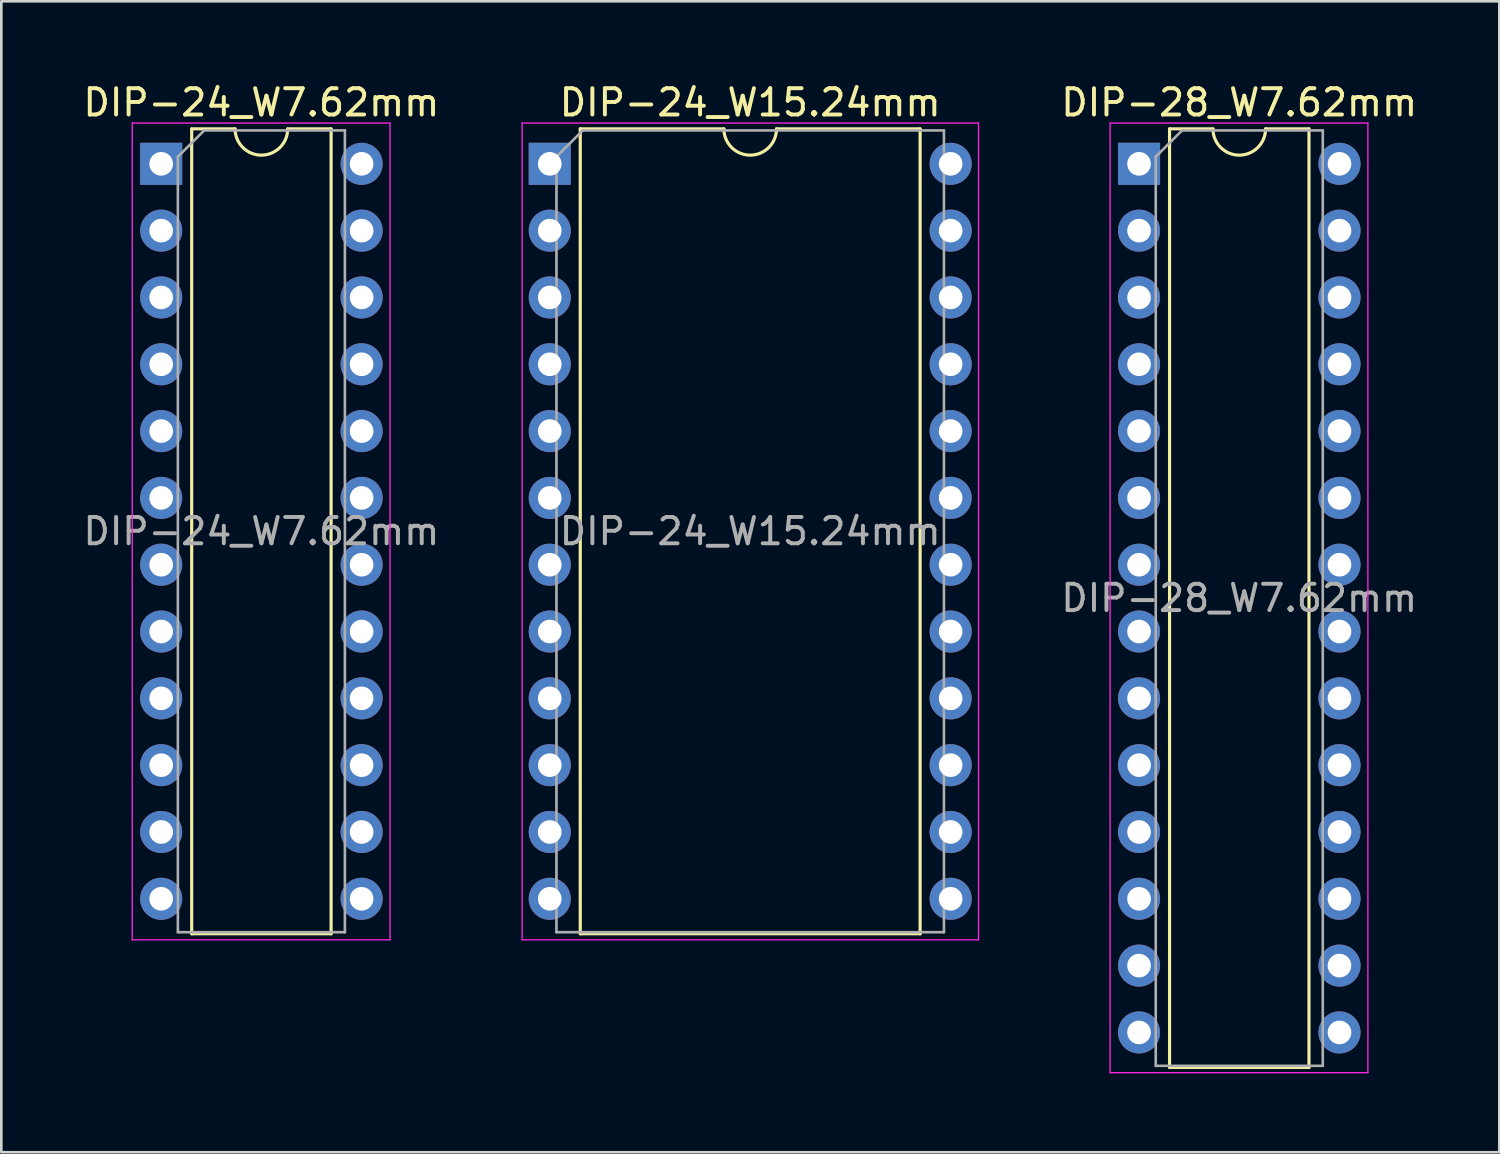
<source format=kicad_pcb>
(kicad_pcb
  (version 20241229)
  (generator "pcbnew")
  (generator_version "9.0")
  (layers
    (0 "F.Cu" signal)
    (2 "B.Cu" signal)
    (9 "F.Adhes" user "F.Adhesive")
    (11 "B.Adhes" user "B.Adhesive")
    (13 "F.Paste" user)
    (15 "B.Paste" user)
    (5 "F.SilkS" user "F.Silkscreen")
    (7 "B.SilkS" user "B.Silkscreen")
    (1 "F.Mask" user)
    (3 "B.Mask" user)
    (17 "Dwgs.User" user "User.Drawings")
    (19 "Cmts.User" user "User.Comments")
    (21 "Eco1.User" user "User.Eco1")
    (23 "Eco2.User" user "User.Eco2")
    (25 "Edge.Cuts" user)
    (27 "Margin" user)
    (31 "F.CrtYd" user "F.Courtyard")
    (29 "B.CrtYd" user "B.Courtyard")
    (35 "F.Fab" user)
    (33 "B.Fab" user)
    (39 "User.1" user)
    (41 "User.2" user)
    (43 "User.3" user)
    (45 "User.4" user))
  (footprint "DIP-28_W7.62mm"
    (layer "F.Cu")
    (at 40.251 3.178)
    (property "Reference" "DIP-28_W7.62mm" (at 3.81 -2.33 0) (layer "F.SilkS") (effects (font (size 1 1) (thickness 0.15))))
    (attr through_hole)
    (fp_line (start 1.16 -1.33) (end 1.16 34.35) (stroke (width 0.12) (type solid)) (layer "F.SilkS"))
    (fp_line (start 1.16 34.35) (end 6.46 34.35) (stroke (width 0.12) (type solid)) (layer "F.SilkS"))
    (fp_line (start 2.81 -1.33) (end 1.16 -1.33) (stroke (width 0.12) (type solid)) (layer "F.SilkS"))
    (fp_line (start 6.46 -1.33) (end 4.81 -1.33) (stroke (width 0.12) (type solid)) (layer "F.SilkS"))
    (fp_line (start 6.46 34.35) (end 6.46 -1.33) (stroke (width 0.12) (type solid)) (layer "F.SilkS"))
    (fp_arc (start 4.81 -1.33) (mid 3.81 -0.33) (end 2.81 -1.33) (stroke (width 0.12) (type solid)) (layer "F.SilkS"))
    (fp_line (start -1.1 -1.55) (end -1.1 34.55) (stroke (width 0.05) (type solid)) (layer "F.CrtYd"))
    (fp_line (start -1.1 34.55) (end 8.7 34.55) (stroke (width 0.05) (type solid)) (layer "F.CrtYd"))
    (fp_line (start 8.7 -1.55) (end -1.1 -1.55) (stroke (width 0.05) (type solid)) (layer "F.CrtYd"))
    (fp_line (start 8.7 34.55) (end 8.7 -1.55) (stroke (width 0.05) (type solid)) (layer "F.CrtYd"))
    (fp_line (start 0.635 -0.27) (end 1.635 -1.27) (stroke (width 0.1) (type solid)) (layer "F.Fab"))
    (fp_line (start 0.635 34.29) (end 0.635 -0.27) (stroke (width 0.1) (type solid)) (layer "F.Fab"))
    (fp_line (start 1.635 -1.27) (end 6.985 -1.27) (stroke (width 0.1) (type solid)) (layer "F.Fab"))
    (fp_line (start 6.985 -1.27) (end 6.985 34.29) (stroke (width 0.1) (type solid)) (layer "F.Fab"))
    (fp_line (start 6.985 34.29) (end 0.635 34.29) (stroke (width 0.1) (type solid)) (layer "F.Fab"))
    (fp_text user "${REFERENCE}" (at 3.81 16.51 0) (layer "F.Fab") (effects (font (size 1 1) (thickness 0.15))))
    (pad "1" thru_hole rect (at 0 0) (size 1.6 1.6) (drill 0.9) (layers "*.Cu" "*.Mask"))
    (pad "2" thru_hole oval (at 0 2.54) (size 1.6 1.6) (drill 0.9) (layers "*.Cu" "*.Mask"))
    (pad "3" thru_hole oval (at 0 5.08) (size 1.6 1.6) (drill 0.9) (layers "*.Cu" "*.Mask"))
    (pad "4" thru_hole oval (at 0 7.62) (size 1.6 1.6) (drill 0.9) (layers "*.Cu" "*.Mask"))
    (pad "5" thru_hole oval (at 0 10.16) (size 1.6 1.6) (drill 0.9) (layers "*.Cu" "*.Mask"))
    (pad "6" thru_hole oval (at 0 12.7) (size 1.6 1.6) (drill 0.9) (layers "*.Cu" "*.Mask"))
    (pad "7" thru_hole oval (at 0 15.24) (size 1.6 1.6) (drill 0.9) (layers "*.Cu" "*.Mask"))
    (pad "8" thru_hole oval (at 0 17.78) (size 1.6 1.6) (drill 0.9) (layers "*.Cu" "*.Mask"))
    (pad "9" thru_hole oval (at 0 20.32) (size 1.6 1.6) (drill 0.9) (layers "*.Cu" "*.Mask"))
    (pad "10" thru_hole oval (at 0 22.86) (size 1.6 1.6) (drill 0.9) (layers "*.Cu" "*.Mask"))
    (pad "11" thru_hole oval (at 0 25.4) (size 1.6 1.6) (drill 0.9) (layers "*.Cu" "*.Mask"))
    (pad "12" thru_hole oval (at 0 27.94) (size 1.6 1.6) (drill 0.9) (layers "*.Cu" "*.Mask"))
    (pad "13" thru_hole oval (at 0 30.48) (size 1.6 1.6) (drill 0.9) (layers "*.Cu" "*.Mask"))
    (pad "14" thru_hole oval (at 0 33.02) (size 1.6 1.6) (drill 0.9) (layers "*.Cu" "*.Mask"))
    (pad "15" thru_hole oval (at 7.62 33.02) (size 1.6 1.6) (drill 0.9) (layers "*.Cu" "*.Mask"))
    (pad "16" thru_hole oval (at 7.62 30.48) (size 1.6 1.6) (drill 0.9) (layers "*.Cu" "*.Mask"))
    (pad "17" thru_hole oval (at 7.62 27.94) (size 1.6 1.6) (drill 0.9) (layers "*.Cu" "*.Mask"))
    (pad "18" thru_hole oval (at 7.62 25.4) (size 1.6 1.6) (drill 0.9) (layers "*.Cu" "*.Mask"))
    (pad "19" thru_hole oval (at 7.62 22.86) (size 1.6 1.6) (drill 0.9) (layers "*.Cu" "*.Mask"))
    (pad "20" thru_hole oval (at 7.62 20.32) (size 1.6 1.6) (drill 0.9) (layers "*.Cu" "*.Mask"))
    (pad "21" thru_hole oval (at 7.62 17.78) (size 1.6 1.6) (drill 0.9) (layers "*.Cu" "*.Mask"))
    (pad "22" thru_hole oval (at 7.62 15.24) (size 1.6 1.6) (drill 0.9) (layers "*.Cu" "*.Mask"))
    (pad "23" thru_hole oval (at 7.62 12.7) (size 1.6 1.6) (drill 0.9) (layers "*.Cu" "*.Mask"))
    (pad "24" thru_hole oval (at 7.62 10.16) (size 1.6 1.6) (drill 0.9) (layers "*.Cu" "*.Mask"))
    (pad "25" thru_hole oval (at 7.62 7.62) (size 1.6 1.6) (drill 0.9) (layers "*.Cu" "*.Mask"))
    (pad "26" thru_hole oval (at 7.62 5.08) (size 1.6 1.6) (drill 0.9) (layers "*.Cu" "*.Mask"))
    (pad "27" thru_hole oval (at 7.62 2.54) (size 1.6 1.6) (drill 0.9) (layers "*.Cu" "*.Mask"))
    (pad "28" thru_hole oval (at 7.62 0) (size 1.6 1.6) (drill 0.9) (layers "*.Cu" "*.Mask")))
  (footprint "DIP-24_W15.24mm"
    (layer "F.Cu")
    (at 17.849 3.178)
    (property "Reference" "DIP-24_W15.24mm" (at 7.62 -2.33 0) (layer "F.SilkS") (effects (font (size 1 1) (thickness 0.15))))
    (attr through_hole)
    (fp_line (start 1.16 -1.33) (end 1.16 29.27) (stroke (width 0.12) (type solid)) (layer "F.SilkS"))
    (fp_line (start 1.16 29.27) (end 14.08 29.27) (stroke (width 0.12) (type solid)) (layer "F.SilkS"))
    (fp_line (start 6.62 -1.33) (end 1.16 -1.33) (stroke (width 0.12) (type solid)) (layer "F.SilkS"))
    (fp_line (start 14.08 -1.33) (end 8.62 -1.33) (stroke (width 0.12) (type solid)) (layer "F.SilkS"))
    (fp_line (start 14.08 29.27) (end 14.08 -1.33) (stroke (width 0.12) (type solid)) (layer "F.SilkS"))
    (fp_arc (start 8.62 -1.33) (mid 7.62 -0.33) (end 6.62 -1.33) (stroke (width 0.12) (type solid)) (layer "F.SilkS"))
    (fp_line (start -1.05 -1.55) (end -1.05 29.5) (stroke (width 0.05) (type solid)) (layer "F.CrtYd"))
    (fp_line (start -1.05 29.5) (end 16.3 29.5) (stroke (width 0.05) (type solid)) (layer "F.CrtYd"))
    (fp_line (start 16.3 -1.55) (end -1.05 -1.55) (stroke (width 0.05) (type solid)) (layer "F.CrtYd"))
    (fp_line (start 16.3 29.5) (end 16.3 -1.55) (stroke (width 0.05) (type solid)) (layer "F.CrtYd"))
    (fp_line (start 0.255 -0.27) (end 1.255 -1.27) (stroke (width 0.1) (type solid)) (layer "F.Fab"))
    (fp_line (start 0.255 29.21) (end 0.255 -0.27) (stroke (width 0.1) (type solid)) (layer "F.Fab"))
    (fp_line (start 1.255 -1.27) (end 14.985 -1.27) (stroke (width 0.1) (type solid)) (layer "F.Fab"))
    (fp_line (start 14.985 -1.27) (end 14.985 29.21) (stroke (width 0.1) (type solid)) (layer "F.Fab"))
    (fp_line (start 14.985 29.21) (end 0.255 29.21) (stroke (width 0.1) (type solid)) (layer "F.Fab"))
    (fp_text user "${REFERENCE}" (at 7.62 13.97 0) (layer "F.Fab") (effects (font (size 1 1) (thickness 0.15))))
    (pad "1" thru_hole rect (at 0 0) (size 1.6 1.6) (drill 0.9) (layers "*.Cu" "*.Mask"))
    (pad "2" thru_hole oval (at 0 2.54) (size 1.6 1.6) (drill 0.9) (layers "*.Cu" "*.Mask"))
    (pad "3" thru_hole oval (at 0 5.08) (size 1.6 1.6) (drill 0.9) (layers "*.Cu" "*.Mask"))
    (pad "4" thru_hole oval (at 0 7.62) (size 1.6 1.6) (drill 0.9) (layers "*.Cu" "*.Mask"))
    (pad "5" thru_hole oval (at 0 10.16) (size 1.6 1.6) (drill 0.9) (layers "*.Cu" "*.Mask"))
    (pad "6" thru_hole oval (at 0 12.7) (size 1.6 1.6) (drill 0.9) (layers "*.Cu" "*.Mask"))
    (pad "7" thru_hole oval (at 0 15.24) (size 1.6 1.6) (drill 0.9) (layers "*.Cu" "*.Mask"))
    (pad "8" thru_hole oval (at 0 17.78) (size 1.6 1.6) (drill 0.9) (layers "*.Cu" "*.Mask"))
    (pad "9" thru_hole oval (at 0 20.32) (size 1.6 1.6) (drill 0.9) (layers "*.Cu" "*.Mask"))
    (pad "10" thru_hole oval (at 0 22.86) (size 1.6 1.6) (drill 0.9) (layers "*.Cu" "*.Mask"))
    (pad "11" thru_hole oval (at 0 25.4) (size 1.6 1.6) (drill 0.9) (layers "*.Cu" "*.Mask"))
    (pad "12" thru_hole oval (at 0 27.94) (size 1.6 1.6) (drill 0.9) (layers "*.Cu" "*.Mask"))
    (pad "13" thru_hole oval (at 15.24 27.94) (size 1.6 1.6) (drill 0.9) (layers "*.Cu" "*.Mask"))
    (pad "14" thru_hole oval (at 15.24 25.4) (size 1.6 1.6) (drill 0.9) (layers "*.Cu" "*.Mask"))
    (pad "15" thru_hole oval (at 15.24 22.86) (size 1.6 1.6) (drill 0.9) (layers "*.Cu" "*.Mask"))
    (pad "16" thru_hole oval (at 15.24 20.32) (size 1.6 1.6) (drill 0.9) (layers "*.Cu" "*.Mask"))
    (pad "17" thru_hole oval (at 15.24 17.78) (size 1.6 1.6) (drill 0.9) (layers "*.Cu" "*.Mask"))
    (pad "18" thru_hole oval (at 15.24 15.24) (size 1.6 1.6) (drill 0.9) (layers "*.Cu" "*.Mask"))
    (pad "19" thru_hole oval (at 15.24 12.7) (size 1.6 1.6) (drill 0.9) (layers "*.Cu" "*.Mask"))
    (pad "20" thru_hole oval (at 15.24 10.16) (size 1.6 1.6) (drill 0.9) (layers "*.Cu" "*.Mask"))
    (pad "21" thru_hole oval (at 15.24 7.62) (size 1.6 1.6) (drill 0.9) (layers "*.Cu" "*.Mask"))
    (pad "22" thru_hole oval (at 15.24 5.08) (size 1.6 1.6) (drill 0.9) (layers "*.Cu" "*.Mask"))
    (pad "23" thru_hole oval (at 15.24 2.54) (size 1.6 1.6) (drill 0.9) (layers "*.Cu" "*.Mask"))
    (pad "24" thru_hole oval (at 15.24 0) (size 1.6 1.6) (drill 0.9) (layers "*.Cu" "*.Mask")))
  (footprint "DIP-24_W7.62mm"
    (layer "F.Cu")
    (at 3.077 3.178)
    (property "Reference" "DIP-24_W7.62mm" (at 3.81 -2.33 0) (layer "F.SilkS") (effects (font (size 1 1) (thickness 0.15))))
    (attr through_hole)
    (fp_line (start 1.16 -1.33) (end 1.16 29.27) (stroke (width 0.12) (type solid)) (layer "F.SilkS"))
    (fp_line (start 1.16 29.27) (end 6.46 29.27) (stroke (width 0.12) (type solid)) (layer "F.SilkS"))
    (fp_line (start 2.81 -1.33) (end 1.16 -1.33) (stroke (width 0.12) (type solid)) (layer "F.SilkS"))
    (fp_line (start 6.46 -1.33) (end 4.81 -1.33) (stroke (width 0.12) (type solid)) (layer "F.SilkS"))
    (fp_line (start 6.46 29.27) (end 6.46 -1.33) (stroke (width 0.12) (type solid)) (layer "F.SilkS"))
    (fp_arc (start 4.81 -1.33) (mid 3.81 -0.33) (end 2.81 -1.33) (stroke (width 0.12) (type solid)) (layer "F.SilkS"))
    (fp_line (start -1.1 -1.55) (end -1.1 29.5) (stroke (width 0.05) (type solid)) (layer "F.CrtYd"))
    (fp_line (start -1.1 29.5) (end 8.7 29.5) (stroke (width 0.05) (type solid)) (layer "F.CrtYd"))
    (fp_line (start 8.7 -1.55) (end -1.1 -1.55) (stroke (width 0.05) (type solid)) (layer "F.CrtYd"))
    (fp_line (start 8.7 29.5) (end 8.7 -1.55) (stroke (width 0.05) (type solid)) (layer "F.CrtYd"))
    (fp_line (start 0.635 -0.27) (end 1.635 -1.27) (stroke (width 0.1) (type solid)) (layer "F.Fab"))
    (fp_line (start 0.635 29.21) (end 0.635 -0.27) (stroke (width 0.1) (type solid)) (layer "F.Fab"))
    (fp_line (start 1.635 -1.27) (end 6.985 -1.27) (stroke (width 0.1) (type solid)) (layer "F.Fab"))
    (fp_line (start 6.985 -1.27) (end 6.985 29.21) (stroke (width 0.1) (type solid)) (layer "F.Fab"))
    (fp_line (start 6.985 29.21) (end 0.635 29.21) (stroke (width 0.1) (type solid)) (layer "F.Fab"))
    (fp_text user "${REFERENCE}" (at 3.81 13.97 0) (layer "F.Fab") (effects (font (size 1 1) (thickness 0.15))))
    (pad "1" thru_hole rect (at 0 0) (size 1.6 1.6) (drill 0.9) (layers "*.Cu" "*.Mask"))
    (pad "2" thru_hole oval (at 0 2.54) (size 1.6 1.6) (drill 0.9) (layers "*.Cu" "*.Mask"))
    (pad "3" thru_hole oval (at 0 5.08) (size 1.6 1.6) (drill 0.9) (layers "*.Cu" "*.Mask"))
    (pad "4" thru_hole oval (at 0 7.62) (size 1.6 1.6) (drill 0.9) (layers "*.Cu" "*.Mask"))
    (pad "5" thru_hole oval (at 0 10.16) (size 1.6 1.6) (drill 0.9) (layers "*.Cu" "*.Mask"))
    (pad "6" thru_hole oval (at 0 12.7) (size 1.6 1.6) (drill 0.9) (layers "*.Cu" "*.Mask"))
    (pad "7" thru_hole oval (at 0 15.24) (size 1.6 1.6) (drill 0.9) (layers "*.Cu" "*.Mask"))
    (pad "8" thru_hole oval (at 0 17.78) (size 1.6 1.6) (drill 0.9) (layers "*.Cu" "*.Mask"))
    (pad "9" thru_hole oval (at 0 20.32) (size 1.6 1.6) (drill 0.9) (layers "*.Cu" "*.Mask"))
    (pad "10" thru_hole oval (at 0 22.86) (size 1.6 1.6) (drill 0.9) (layers "*.Cu" "*.Mask"))
    (pad "11" thru_hole oval (at 0 25.4) (size 1.6 1.6) (drill 0.9) (layers "*.Cu" "*.Mask"))
    (pad "12" thru_hole oval (at 0 27.94) (size 1.6 1.6) (drill 0.9) (layers "*.Cu" "*.Mask"))
    (pad "13" thru_hole oval (at 7.62 27.94) (size 1.6 1.6) (drill 0.9) (layers "*.Cu" "*.Mask"))
    (pad "14" thru_hole oval (at 7.62 25.4) (size 1.6 1.6) (drill 0.9) (layers "*.Cu" "*.Mask"))
    (pad "15" thru_hole oval (at 7.62 22.86) (size 1.6 1.6) (drill 0.9) (layers "*.Cu" "*.Mask"))
    (pad "16" thru_hole oval (at 7.62 20.32) (size 1.6 1.6) (drill 0.9) (layers "*.Cu" "*.Mask"))
    (pad "17" thru_hole oval (at 7.62 17.78) (size 1.6 1.6) (drill 0.9) (layers "*.Cu" "*.Mask"))
    (pad "18" thru_hole oval (at 7.62 15.24) (size 1.6 1.6) (drill 0.9) (layers "*.Cu" "*.Mask"))
    (pad "19" thru_hole oval (at 7.62 12.7) (size 1.6 1.6) (drill 0.9) (layers "*.Cu" "*.Mask"))
    (pad "20" thru_hole oval (at 7.62 10.16) (size 1.6 1.6) (drill 0.9) (layers "*.Cu" "*.Mask"))
    (pad "21" thru_hole oval (at 7.62 7.62) (size 1.6 1.6) (drill 0.9) (layers "*.Cu" "*.Mask"))
    (pad "22" thru_hole oval (at 7.62 5.08) (size 1.6 1.6) (drill 0.9) (layers "*.Cu" "*.Mask"))
    (pad "23" thru_hole oval (at 7.62 2.54) (size 1.6 1.6) (drill 0.9) (layers "*.Cu" "*.Mask"))
    (pad "24" thru_hole oval (at 7.62 0) (size 1.6 1.6) (drill 0.9) (layers "*.Cu" "*.Mask")))
  (gr_rect
    (start -3 -3)
    (end 53.948 40.753)
    (stroke (width 0.1) (type default))
    (fill no)
    (layer "Edge.Cuts")))
</source>
